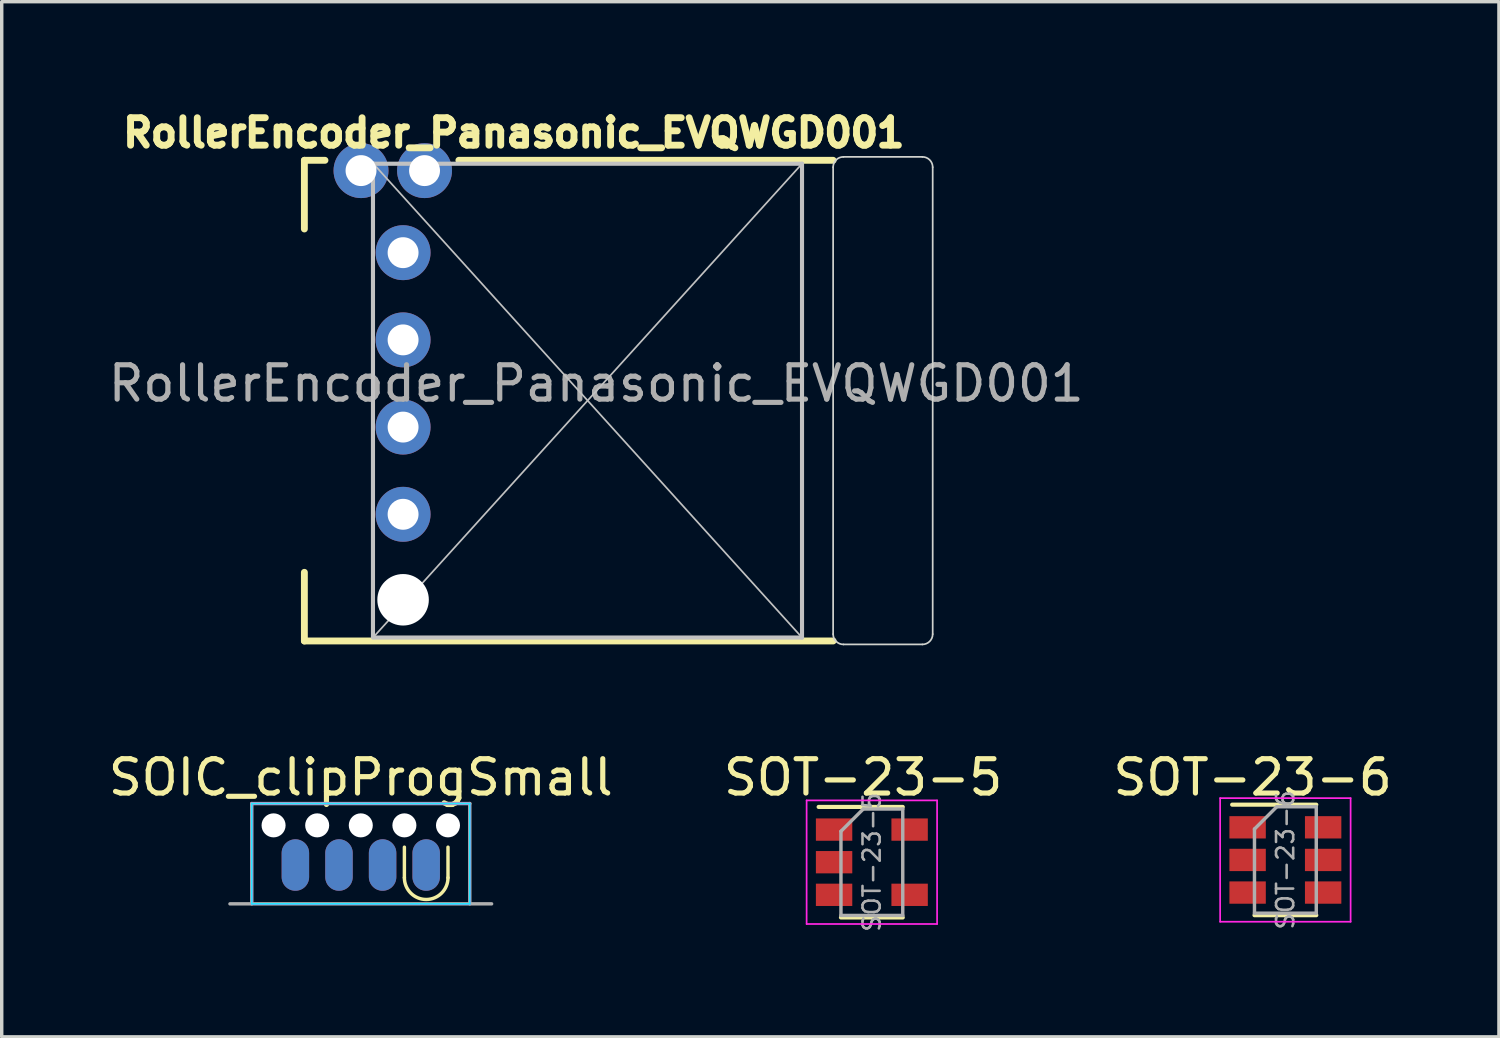
<source format=kicad_pcb>
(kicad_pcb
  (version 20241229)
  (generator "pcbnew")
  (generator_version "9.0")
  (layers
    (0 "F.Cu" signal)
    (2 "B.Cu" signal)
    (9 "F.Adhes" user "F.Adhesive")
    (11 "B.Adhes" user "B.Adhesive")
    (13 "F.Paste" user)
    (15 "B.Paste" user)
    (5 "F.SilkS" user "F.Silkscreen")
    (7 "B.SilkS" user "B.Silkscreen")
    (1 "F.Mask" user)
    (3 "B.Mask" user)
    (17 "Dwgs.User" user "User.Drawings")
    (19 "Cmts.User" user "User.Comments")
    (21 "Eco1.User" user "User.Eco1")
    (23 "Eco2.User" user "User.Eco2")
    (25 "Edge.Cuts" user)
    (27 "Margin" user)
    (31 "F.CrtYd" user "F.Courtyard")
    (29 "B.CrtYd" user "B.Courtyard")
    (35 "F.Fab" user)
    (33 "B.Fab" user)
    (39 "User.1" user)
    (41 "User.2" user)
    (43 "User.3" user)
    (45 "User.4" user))
  (footprint "RollerEncoder_Panasonic_EVQWGD001"
    (layer "F.Cu")
    (at 14.315 8.119)
    (property "Reference" "RollerEncoder_Panasonic_EVQWGD001" (at 0 0 0) (layer "F.Fab") (effects (font (size 1 1) (thickness 0.15))))
    (attr through_hole)
    (fp_line (start -8.5 -6.5) (end -8.5 -4.5) (stroke (width 0.2) (type solid)) (layer "F.SilkS"))
    (fp_line (start -8.5 5.5) (end -8.5 7.5) (stroke (width 0.2) (type solid)) (layer "F.SilkS"))
    (fp_line (start -8.5 7.5) (end 6.9 7.5) (stroke (width 0.2) (type solid)) (layer "F.SilkS"))
    (fp_line (start -7.9 -6.5) (end -8.5 -6.5) (stroke (width 0.2) (type solid)) (layer "F.SilkS"))
    (fp_line (start 6.9 -6.5) (end -4 -6.5) (stroke (width 0.2) (type solid)) (layer "F.SilkS"))
    (fp_line (start -6.502 -6.413) (end 5.994 7.4) (stroke (width 0.05) (type solid)) (layer "Dwgs.User"))
    (fp_line (start -6.502 7.386) (end -6.502 -6.413) (stroke (width 0.12) (type solid)) (layer "Dwgs.User"))
    (fp_line (start -6.5 -6.4) (end 5.994 -6.4) (stroke (width 0.12) (type solid)) (layer "Dwgs.User"))
    (fp_line (start -6.5 7.4) (end 5.994 -6.4) (stroke (width 0.05) (type solid)) (layer "Dwgs.User"))
    (fp_line (start 5.994 -6.4) (end 5.994 7.4) (stroke (width 0.12) (type solid)) (layer "Dwgs.User"))
    (fp_line (start 5.994 7.4) (end -6.5 7.4) (stroke (width 0.12) (type solid)) (layer "Dwgs.User"))
    (fp_line (start 6.9 -6.3) (end 6.9 7.3) (stroke (width 0.05) (type solid)) (layer "Edge.Cuts"))
    (fp_line (start 7.2 7.6) (end 9.5 7.6) (stroke (width 0.05) (type solid)) (layer "Edge.Cuts"))
    (fp_line (start 9.5 -6.6) (end 7.2 -6.6) (stroke (width 0.05) (type solid)) (layer "Edge.Cuts"))
    (fp_line (start 9.8 7.3) (end 9.8 -6.3) (stroke (width 0.05) (type solid)) (layer "Edge.Cuts"))
    (fp_arc (start 6.9 -6.3) (mid 6.987868 -6.512132) (end 7.2 -6.6) (stroke (width 0.05) (type solid)) (layer "Edge.Cuts"))
    (fp_arc (start 7.2 7.6) (mid 6.987868 7.512132) (end 6.9 7.3) (stroke (width 0.05) (type solid)) (layer "Edge.Cuts"))
    (fp_arc (start 9.5 -6.6) (mid 9.712132 -6.512132) (end 9.8 -6.3) (stroke (width 0.05) (type solid)) (layer "Edge.Cuts"))
    (fp_arc (start 9.8 7.3) (mid 9.712132 7.512132) (end 9.5 7.6) (stroke (width 0.05) (type solid)) (layer "Edge.Cuts"))
    (fp_text user "${REFERENCE}" (at -2.4 -7.3 0) (layer "F.SilkS") (effects (font (size 0.8 0.8) (thickness 0.2))))
    (pad "" np_thru_hole circle (at -5.625 6.3) (size 1.5 1.5) (drill 1.5) (layers "*.Cu" "*.Mask"))
    (pad "A" thru_hole circle (at -5.625 -3.81) (size 1.6 1.6) (drill 0.9) (layers "*.Cu" "*.Mask"))
    (pad "B" thru_hole circle (at -5.625 -1.27) (size 1.6 1.6) (drill 0.9) (layers "*.Cu" "*.Mask"))
    (pad "C" thru_hole circle (at -5.625 1.27) (size 1.6 1.6) (drill 0.9) (layers "*.Cu" "*.Mask"))
    (pad "D" thru_hole circle (at -5.625 3.81) (size 1.6 1.6) (drill 0.9) (layers "*.Cu" "*.Mask"))
    (pad "S1" thru_hole circle (at -6.85 -6.2) (size 1.6 1.6) (drill 0.9) (layers "*.Cu" "*.Mask"))
    (pad "S2" thru_hole circle (at -5 -6.2) (size 1.6 1.6) (drill 0.9) (layers "*.Cu" "*.Mask")))
  (footprint "SOT-23-5"
    (layer "F.Cu")
    (at 22.343 22.062)
    (property "Reference" "SOT-23-5" (at -0.254 -2.47 180) (layer "F.SilkS") (effects (font (size 1 1) (thickness 0.15))))
    (attr smd)
    (fp_line (start -0.9 1.61) (end 0.9 1.61) (stroke (width 0.12) (type solid)) (layer "F.SilkS"))
    (fp_line (start 0.9 -1.61) (end -1.55 -1.61) (stroke (width 0.12) (type solid)) (layer "F.SilkS"))
    (fp_line (start -1.9 -1.8) (end 1.9 -1.8) (stroke (width 0.05) (type solid)) (layer "F.CrtYd"))
    (fp_line (start -1.9 1.8) (end -1.9 -1.8) (stroke (width 0.05) (type solid)) (layer "F.CrtYd"))
    (fp_line (start 1.9 -1.8) (end 1.9 1.8) (stroke (width 0.05) (type solid)) (layer "F.CrtYd"))
    (fp_line (start 1.9 1.8) (end -1.9 1.8) (stroke (width 0.05) (type solid)) (layer "F.CrtYd"))
    (fp_line (start -0.9 -0.9) (end -0.9 1.55) (stroke (width 0.1) (type solid)) (layer "F.Fab"))
    (fp_line (start -0.9 -0.9) (end -0.25 -1.55) (stroke (width 0.1) (type solid)) (layer "F.Fab"))
    (fp_line (start 0.9 -1.55) (end -0.25 -1.55) (stroke (width 0.1) (type solid)) (layer "F.Fab"))
    (fp_line (start 0.9 -1.55) (end 0.9 1.55) (stroke (width 0.1) (type solid)) (layer "F.Fab"))
    (fp_line (start 0.9 1.55) (end -0.9 1.55) (stroke (width 0.1) (type solid)) (layer "F.Fab"))
    (fp_text user "${REFERENCE}" (at 0 0 270) (layer "F.Fab") (effects (font (size 0.5 0.5) (thickness 0.075))))
    (pad "1" smd rect (at -1.1 -0.95) (size 1.06 0.65) (layers "F.Cu" "F.Mask" "F.Paste"))
    (pad "2" smd rect (at -1.1 0) (size 1.06 0.65) (layers "F.Cu" "F.Mask" "F.Paste"))
    (pad "3" smd rect (at -1.1 0.95) (size 1.06 0.65) (layers "F.Cu" "F.Mask" "F.Paste"))
    (pad "4" smd rect (at 1.1 0.95) (size 1.06 0.65) (layers "F.Cu" "F.Mask" "F.Paste"))
    (pad "5" smd rect (at 1.1 -0.95) (size 1.06 0.65) (layers "F.Cu" "F.Mask" "F.Paste")))
  (footprint "SOIC_clipProgSmall"
    (layer "F.Cu")
    (at 7.458 22.894)
    (property "Reference" "SOIC_clipProgSmall" (at 0 -3.302 0) (layer "F.SilkS") (effects (font (size 1 1) (thickness 0.15))))
    (attr through_hole)
    (fp_line (start 1.27 -0.381) (end 1.27 -1.27) (stroke (width 0.1) (type solid)) (layer "F.SilkS"))
    (fp_line (start 2.54 -0.381) (end 2.54 -1.27) (stroke (width 0.1) (type solid)) (layer "F.SilkS"))
    (fp_arc (start 2.54 -0.381) (mid 1.905 0.254) (end 1.27 -0.381) (stroke (width 0.1) (type solid)) (layer "F.SilkS"))
    (fp_line (start -3.175 -2.54) (end 3.175 -2.54) (stroke (width 0.05) (type solid)) (layer "B.CrtYd"))
    (fp_line (start -3.175 0.381) (end -3.175 -2.54) (stroke (width 0.05) (type solid)) (layer "B.CrtYd"))
    (fp_line (start 3.175 -2.54) (end 3.175 0.381) (stroke (width 0.05) (type solid)) (layer "B.CrtYd"))
    (fp_line (start 3.175 0.381) (end -3.175 0.381) (stroke (width 0.05) (type solid)) (layer "B.CrtYd"))
    (fp_line (start -3.175 -2.54) (end -3.175 0.381) (stroke (width 0.05) (type solid)) (layer "F.CrtYd"))
    (fp_line (start -3.175 0.381) (end 3.175 0.381) (stroke (width 0.05) (type solid)) (layer "F.CrtYd"))
    (fp_line (start 3.175 -2.54) (end -3.175 -2.54) (stroke (width 0.05) (type solid)) (layer "F.CrtYd"))
    (fp_line (start 3.175 0.381) (end 3.175 -2.54) (stroke (width 0.05) (type solid)) (layer "F.CrtYd"))
    (fp_line (start -3.81 0.381) (end 3.81 0.381) (stroke (width 0.1) (type solid)) (layer "F.Fab"))
    (fp_line (start -3.175 -2.54) (end -3.175 0.381) (stroke (width 0.1) (type solid)) (layer "F.Fab"))
    (fp_line (start 3.175 -2.54) (end -3.175 -2.54) (stroke (width 0.1) (type solid)) (layer "F.Fab"))
    (fp_line (start 3.175 0.381) (end 3.175 -2.54) (stroke (width 0.1) (type solid)) (layer "F.Fab"))
    (pad "" np_thru_hole circle (at -2.54 -1.905) (size 0.7 0.7) (drill 0.7) (layers "*.Cu" "*.Mask"))
    (pad "" np_thru_hole circle (at -1.27 -1.905) (size 0.7 0.7) (drill 0.7) (layers "*.Cu" "*.Mask"))
    (pad "" np_thru_hole circle (at 0 -1.905) (size 0.7 0.7) (drill 0.7) (layers "*.Cu" "*.Mask"))
    (pad "" np_thru_hole circle (at 1.27 -1.905) (size 0.7 0.7) (drill 0.7) (layers "*.Cu" "*.Mask"))
    (pad "" np_thru_hole circle (at 2.54 -1.905) (size 0.7 0.7) (drill 0.7) (layers "*.Cu" "*.Mask"))
    (pad "1" smd oval (at 1.905 -0.75) (size 0.8 1.5) (layers "F.Cu" "F.Mask"))
    (pad "2" smd oval (at 0.635 -0.75) (size 0.8 1.5) (layers "F.Cu" "F.Mask"))
    (pad "3" smd oval (at -0.635 -0.75) (size 0.8 1.5) (layers "F.Cu" "F.Mask"))
    (pad "4" smd oval (at -1.905 -0.75) (size 0.8 1.5) (layers "F.Cu" "F.Mask"))
    (pad "5" smd oval (at -1.905 -0.75) (size 0.8 1.5) (layers "B.Cu" "B.Mask"))
    (pad "6" smd oval (at -0.635 -0.75) (size 0.8 1.5) (layers "B.Cu" "B.Mask"))
    (pad "7" smd oval (at 0.635 -0.75) (size 0.8 1.5) (layers "B.Cu" "B.Mask"))
    (pad "8" smd oval (at 1.905 -0.75) (size 0.8 1.5) (layers "B.Cu" "B.Mask")))
  (footprint "SOT-23-6"
    (layer "F.Cu")
    (at 34.387 21.996)
    (property "Reference" "SOT-23-6" (at -0.953 -2.404 0) (layer "F.SilkS") (effects (font (size 1 1) (thickness 0.15))))
    (attr smd)
    (fp_line (start -0.9 1.61) (end 0.9 1.61) (stroke (width 0.12) (type solid)) (layer "F.SilkS"))
    (fp_line (start 0.9 -1.61) (end -1.55 -1.61) (stroke (width 0.12) (type solid)) (layer "F.SilkS"))
    (fp_line (start -1.9 -1.8) (end -1.9 1.8) (stroke (width 0.05) (type solid)) (layer "F.CrtYd"))
    (fp_line (start -1.9 1.8) (end 1.9 1.8) (stroke (width 0.05) (type solid)) (layer "F.CrtYd"))
    (fp_line (start 1.9 -1.8) (end -1.9 -1.8) (stroke (width 0.05) (type solid)) (layer "F.CrtYd"))
    (fp_line (start 1.9 1.8) (end 1.9 -1.8) (stroke (width 0.05) (type solid)) (layer "F.CrtYd"))
    (fp_line (start -0.9 -0.9) (end -0.9 1.55) (stroke (width 0.1) (type solid)) (layer "F.Fab"))
    (fp_line (start -0.9 -0.9) (end -0.25 -1.55) (stroke (width 0.1) (type solid)) (layer "F.Fab"))
    (fp_line (start 0.9 -1.55) (end -0.25 -1.55) (stroke (width 0.1) (type solid)) (layer "F.Fab"))
    (fp_line (start 0.9 -1.55) (end 0.9 1.55) (stroke (width 0.1) (type solid)) (layer "F.Fab"))
    (fp_line (start 0.9 1.55) (end -0.9 1.55) (stroke (width 0.1) (type solid)) (layer "F.Fab"))
    (fp_text user "${REFERENCE}" (at 0 0 90) (layer "F.Fab") (effects (font (size 0.5 0.5) (thickness 0.075))))
    (pad "1" smd rect (at -1.1 -0.95) (size 1.06 0.65) (layers "F.Cu" "F.Mask" "F.Paste"))
    (pad "2" smd rect (at -1.1 0) (size 1.06 0.65) (layers "F.Cu" "F.Mask" "F.Paste"))
    (pad "3" smd rect (at -1.1 0.95) (size 1.06 0.65) (layers "F.Cu" "F.Mask" "F.Paste"))
    (pad "4" smd rect (at 1.1 0.95) (size 1.06 0.65) (layers "F.Cu" "F.Mask" "F.Paste"))
    (pad "5" smd rect (at 1.1 0) (size 1.06 0.65) (layers "F.Cu" "F.Mask" "F.Paste"))
    (pad "6" smd rect (at 1.1 -0.95) (size 1.06 0.65) (layers "F.Cu" "F.Mask" "F.Paste")))
  (gr_rect
    (start -3 -3)
    (end 40.607 27.148)
    (stroke (width 0.1) (type default))
    (fill no)
    (layer "Edge.Cuts")))
</source>
